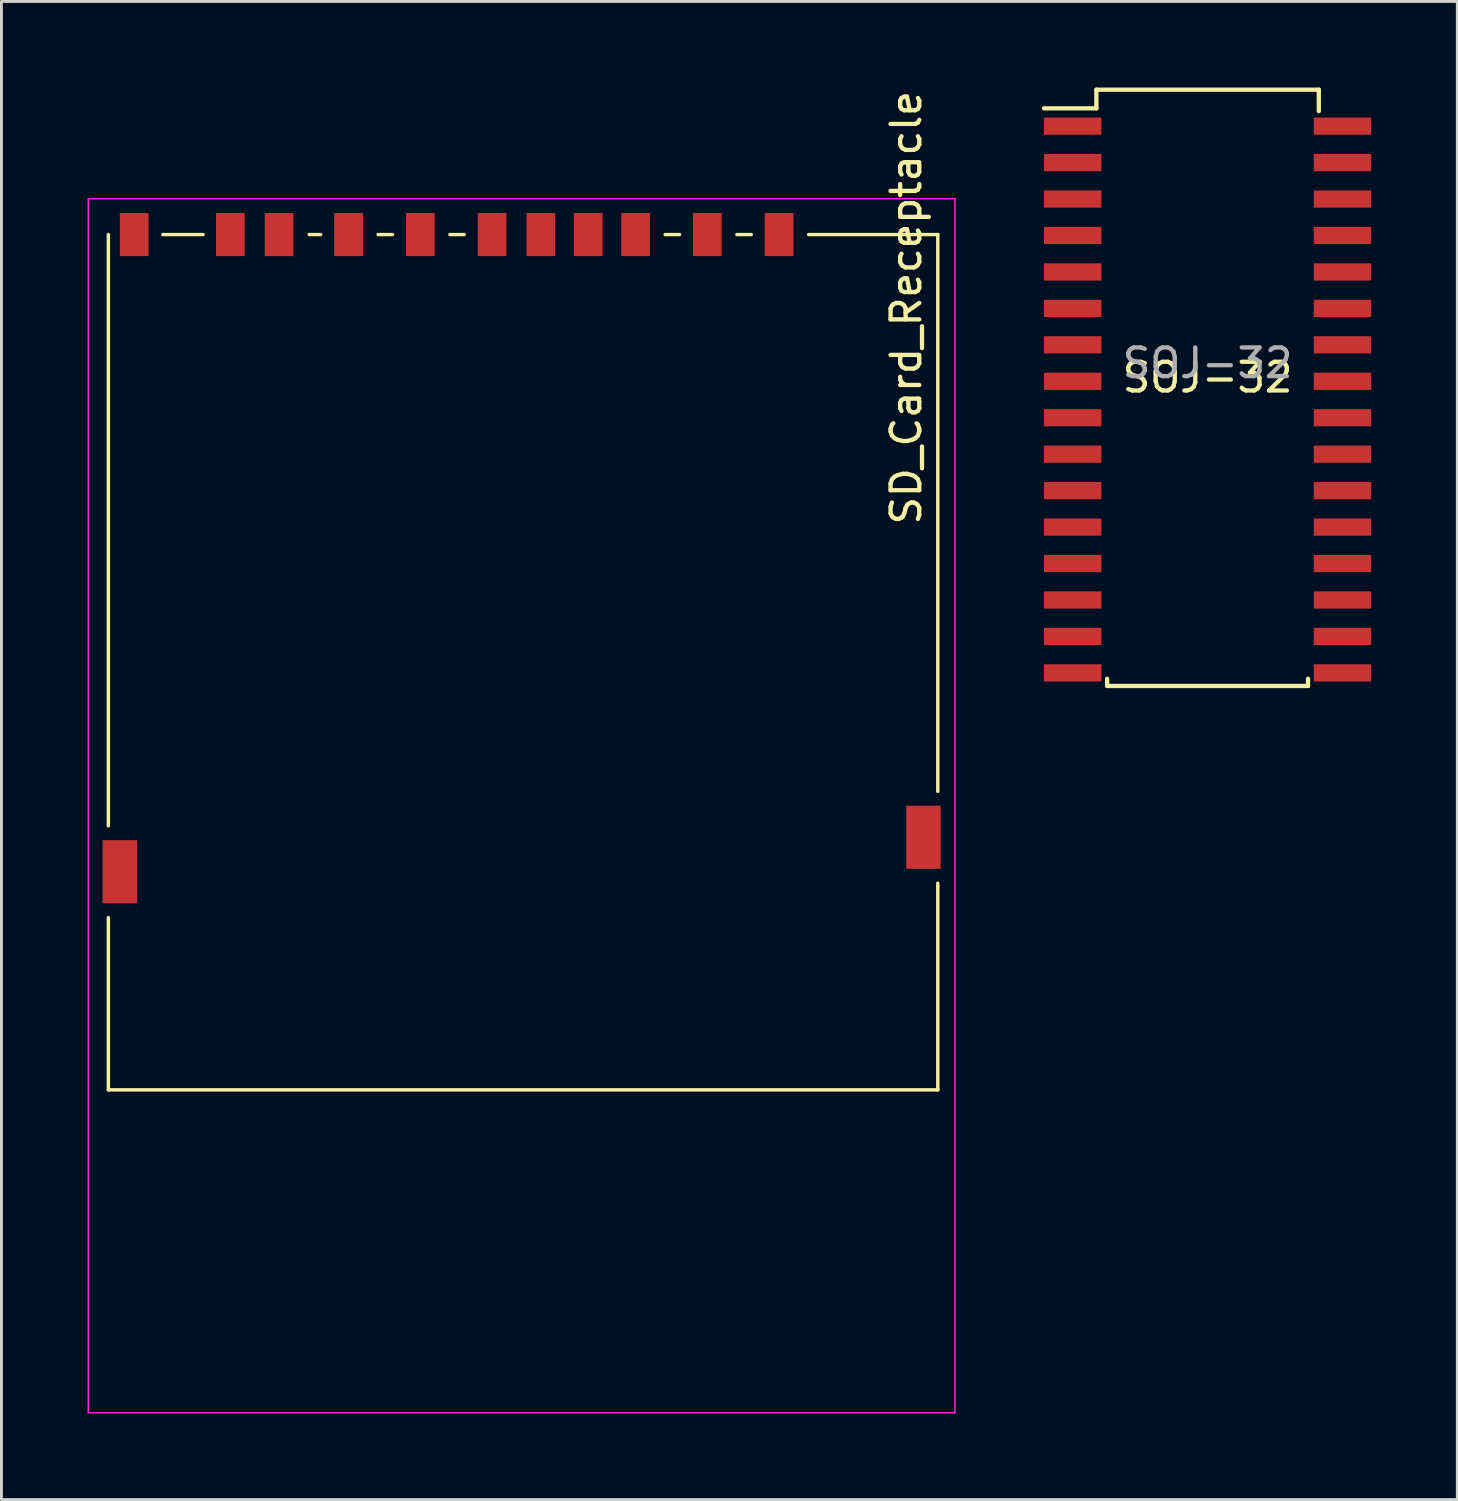
<source format=kicad_pcb>
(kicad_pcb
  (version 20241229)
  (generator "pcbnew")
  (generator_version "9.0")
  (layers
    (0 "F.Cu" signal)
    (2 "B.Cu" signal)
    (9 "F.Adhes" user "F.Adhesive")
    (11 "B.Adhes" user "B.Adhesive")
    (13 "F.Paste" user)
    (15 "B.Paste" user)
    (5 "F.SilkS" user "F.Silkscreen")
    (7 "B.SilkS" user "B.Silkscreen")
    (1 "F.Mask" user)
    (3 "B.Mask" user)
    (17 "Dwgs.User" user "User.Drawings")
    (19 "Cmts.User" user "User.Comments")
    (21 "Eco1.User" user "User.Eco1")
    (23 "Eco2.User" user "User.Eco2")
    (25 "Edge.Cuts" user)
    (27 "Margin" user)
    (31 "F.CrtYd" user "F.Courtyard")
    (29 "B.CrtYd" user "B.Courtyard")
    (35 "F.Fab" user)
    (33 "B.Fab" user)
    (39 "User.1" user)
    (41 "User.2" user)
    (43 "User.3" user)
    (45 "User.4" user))
  (footprint "SOJ-32"
    (layer "F.Cu")
    (at 39.025 9.6)
    (property "Reference" "SOJ-32" (at 0 0.5 0) (layer "F.SilkS") (effects (font (size 1 1) (thickness 0.15))))
    (attr through_hole)
    (fp_line (start -3.875 -9.525) (end -3.875 -8.875) (stroke (width 0.15) (type solid)) (layer "F.SilkS"))
    (fp_line (start -3.875 -9.525) (end 3.875 -9.525) (stroke (width 0.15) (type solid)) (layer "F.SilkS"))
    (fp_line (start -3.875 -8.875) (end -5.7 -8.875) (stroke (width 0.15) (type solid)) (layer "F.SilkS"))
    (fp_line (start -3.5 11) (end -3.5 11.25) (stroke (width 0.15) (type solid)) (layer "F.SilkS"))
    (fp_line (start -3.5 11.25) (end 3.5 11.25) (stroke (width 0.15) (type solid)) (layer "F.SilkS"))
    (fp_line (start 3.5 11.25) (end 3.5 11) (stroke (width 0.15) (type solid)) (layer "F.SilkS"))
    (fp_line (start 3.875 -9.525) (end 3.875 -8.78) (stroke (width 0.15) (type solid)) (layer "F.SilkS"))
    (fp_text user "${REFERENCE}" (at 0 0 0) (layer "F.Fab") (effects (font (size 1 1) (thickness 0.15))))
    (pad "1" smd rect (at -4.7 -8.255) (size 2 0.6) (layers "F.Cu" "F.Mask" "F.Paste"))
    (pad "2" smd rect (at -4.7 -6.985) (size 2 0.6) (layers "F.Cu" "F.Mask" "F.Paste"))
    (pad "3" smd rect (at -4.7 -5.715) (size 2 0.6) (layers "F.Cu" "F.Mask" "F.Paste"))
    (pad "4" smd rect (at -4.7 -4.445) (size 2 0.6) (layers "F.Cu" "F.Mask" "F.Paste"))
    (pad "5" smd rect (at -4.7 -3.175) (size 2 0.6) (layers "F.Cu" "F.Mask" "F.Paste"))
    (pad "6" smd rect (at -4.7 -1.905) (size 2 0.6) (layers "F.Cu" "F.Mask" "F.Paste"))
    (pad "7" smd rect (at -4.7 -0.635) (size 2 0.6) (layers "F.Cu" "F.Mask" "F.Paste"))
    (pad "8" smd rect (at -4.7 0.635) (size 2 0.6) (layers "F.Cu" "F.Mask" "F.Paste"))
    (pad "9" smd rect (at -4.7 1.905) (size 2 0.6) (layers "F.Cu" "F.Mask" "F.Paste"))
    (pad "10" smd rect (at -4.7 3.175) (size 2 0.6) (layers "F.Cu" "F.Mask" "F.Paste"))
    (pad "11" smd rect (at -4.7 4.445) (size 2 0.6) (layers "F.Cu" "F.Mask" "F.Paste"))
    (pad "12" smd rect (at -4.7 5.715) (size 2 0.6) (layers "F.Cu" "F.Mask" "F.Paste"))
    (pad "13" smd rect (at -4.7 6.985) (size 2 0.6) (layers "F.Cu" "F.Mask" "F.Paste"))
    (pad "14" smd rect (at -4.7 8.255) (size 2 0.6) (layers "F.Cu" "F.Mask" "F.Paste"))
    (pad "15" smd rect (at -4.7 9.525) (size 2 0.6) (layers "F.Cu" "F.Mask" "F.Paste"))
    (pad "16" smd rect (at -4.7 10.795) (size 2 0.6) (layers "F.Cu" "F.Mask" "F.Paste"))
    (pad "17" smd rect (at 4.7 10.795) (size 2 0.6) (layers "F.Cu" "F.Mask" "F.Paste"))
    (pad "18" smd rect (at 4.7 9.525) (size 2 0.6) (layers "F.Cu" "F.Mask" "F.Paste"))
    (pad "19" smd rect (at 4.7 8.255) (size 2 0.6) (layers "F.Cu" "F.Mask" "F.Paste"))
    (pad "20" smd rect (at 4.7 6.985) (size 2 0.6) (layers "F.Cu" "F.Mask" "F.Paste"))
    (pad "21" smd rect (at 4.7 5.715) (size 2 0.6) (layers "F.Cu" "F.Mask" "F.Paste"))
    (pad "22" smd rect (at 4.7 4.445) (size 2 0.6) (layers "F.Cu" "F.Mask" "F.Paste"))
    (pad "23" smd rect (at 4.7 3.175) (size 2 0.6) (layers "F.Cu" "F.Mask" "F.Paste"))
    (pad "24" smd rect (at 4.7 1.905) (size 2 0.6) (layers "F.Cu" "F.Mask" "F.Paste"))
    (pad "25" smd rect (at 4.7 0.635) (size 2 0.6) (layers "F.Cu" "F.Mask" "F.Paste"))
    (pad "26" smd rect (at 4.7 -0.635) (size 2 0.6) (layers "F.Cu" "F.Mask" "F.Paste"))
    (pad "27" smd rect (at 4.7 -1.905) (size 2 0.6) (layers "F.Cu" "F.Mask" "F.Paste"))
    (pad "28" smd rect (at 4.7 -3.175) (size 2 0.6) (layers "F.Cu" "F.Mask" "F.Paste"))
    (pad "29" smd rect (at 4.7 -4.445) (size 2 0.6) (layers "F.Cu" "F.Mask" "F.Paste"))
    (pad "30" smd rect (at 4.7 -5.715) (size 2 0.6) (layers "F.Cu" "F.Mask" "F.Paste"))
    (pad "31" smd rect (at 4.7 -6.985) (size 2 0.6) (layers "F.Cu" "F.Mask" "F.Paste"))
    (pad "32" smd rect (at 4.7 -8.255) (size 2 0.6) (layers "F.Cu" "F.Mask" "F.Paste")))
  (footprint "SD_Card_Receptacle"
    (layer "F.Cu")
    (at 15.125 17.273)
    (property "Reference" "SD_Card_Receptacle" (at 13.4 -9.6 90) (layer "F.SilkS") (effects (font (size 1 1) (thickness 0.15))))
    (attr smd)
    (fp_line (start -14.4 8.45) (end -14.4 -12.15) (stroke (width 0.12) (type solid)) (layer "F.SilkS"))
    (fp_line (start -14.4 17.65) (end -14.4 11.65) (stroke (width 0.12) (type solid)) (layer "F.SilkS"))
    (fp_line (start -12.5 -12.15) (end -11.1 -12.15) (stroke (width 0.12) (type solid)) (layer "F.SilkS"))
    (fp_line (start -7.4 -12.15) (end -7 -12.15) (stroke (width 0.12) (type solid)) (layer "F.SilkS"))
    (fp_line (start -5 -12.15) (end -4.5 -12.15) (stroke (width 0.12) (type solid)) (layer "F.SilkS"))
    (fp_line (start -2.5 -12.15) (end -2 -12.15) (stroke (width 0.12) (type solid)) (layer "F.SilkS"))
    (fp_line (start 5 -12.15) (end 5.5 -12.15) (stroke (width 0.12) (type solid)) (layer "F.SilkS"))
    (fp_line (start 7.5 -12.15) (end 8 -12.15) (stroke (width 0.12) (type solid)) (layer "F.SilkS"))
    (fp_line (start 14.5 -12.15) (end 10 -12.15) (stroke (width 0.12) (type solid)) (layer "F.SilkS"))
    (fp_line (start 14.5 7.25) (end 14.5 -12.15) (stroke (width 0.12) (type solid)) (layer "F.SilkS"))
    (fp_line (start 14.5 17.65) (end -14.4 17.65) (stroke (width 0.12) (type solid)) (layer "F.SilkS"))
    (fp_line (start 14.5 17.65) (end 14.5 10.45) (stroke (width 0.12) (type solid)) (layer "F.SilkS"))
    (fp_line (start -15.1 -13.4) (end -15.1 28.9) (stroke (width 0.05) (type solid)) (layer "F.CrtYd"))
    (fp_line (start -15.1 28.9) (end 15.1 28.9) (stroke (width 0.05) (type solid)) (layer "F.CrtYd"))
    (fp_line (start 15.1 -13.4) (end -15.1 -13.4) (stroke (width 0.05) (type solid)) (layer "F.CrtYd"))
    (fp_line (start 15.1 28.9) (end 15.1 -13.4) (stroke (width 0.05) (type solid)) (layer "F.CrtYd"))
    (pad "1" smd rect (at 6.47 -12.15) (size 1 1.5) (layers "F.Cu" "F.Mask" "F.Paste"))
    (pad "2" smd rect (at 3.97 -12.15) (size 1 1.5) (layers "F.Cu" "F.Mask" "F.Paste"))
    (pad "3" smd rect (at 0.67 -12.15) (size 1 1.5) (layers "F.Cu" "F.Mask" "F.Paste"))
    (pad "4" smd rect (at -1.03 -12.15) (size 1 1.5) (layers "F.Cu" "F.Mask" "F.Paste"))
    (pad "5" smd rect (at -3.53 -12.15) (size 1 1.5) (layers "F.Cu" "F.Mask" "F.Paste"))
    (pad "6" smd rect (at -6.03 -12.15) (size 1 1.5) (layers "F.Cu" "F.Mask" "F.Paste"))
    (pad "7" smd rect (at -8.45 -12.15) (size 1 1.5) (layers "F.Cu" "F.Mask" "F.Paste"))
    (pad "8" smd rect (at -10.15 -12.15) (size 1 1.5) (layers "F.Cu" "F.Mask" "F.Paste"))
    (pad "9" smd rect (at 8.97 -12.15) (size 1 1.5) (layers "F.Cu" "F.Mask" "F.Paste"))
    (pad "10" smd rect (at 2.32 -12.15) (size 1 1.5) (layers "F.Cu" "F.Mask" "F.Paste"))
    (pad "11" smd rect (at -13.5 -12.15) (size 1 1.5) (layers "F.Cu" "F.Mask" "F.Paste"))
    (pad "12" smd rect (at 14 8.85) (size 1.2 2.2) (layers "F.Cu" "F.Mask" "F.Paste"))
    (pad "13" smd rect (at -14 10.05) (size 1.2 2.2) (layers "F.Cu" "F.Mask" "F.Paste")))
  (gr_rect
    (start -3 -3)
    (end 47.725 49.198)
    (stroke (width 0.1) (type default))
    (fill no)
    (layer "Edge.Cuts")))
</source>
